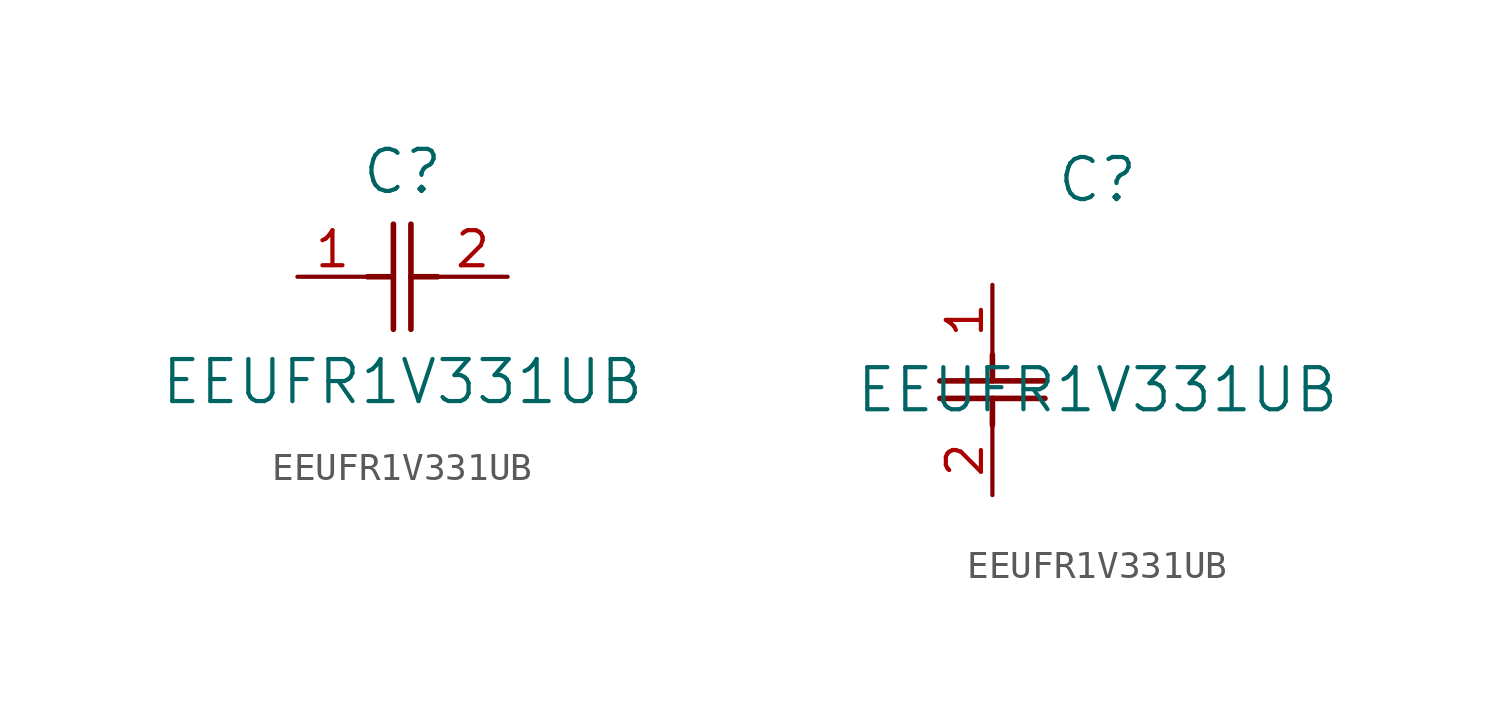
<source format=kicad_sym>
(kicad_symbol_lib
  (version 20211014)
  (generator kicad_symbol_editor)
  (symbol "EEUFR1V331UB"
    (pin_names
      (offset 0.254))
    (property "Reference" "C"
      (at 3.81 3.81 0)
      (effects (font (size 1.524 1.524))))
    (property "Value" "EEUFR1V331UB"
      (at 3.81 -3.81 0)
      (effects (font (size 1.524 1.524))))
    (symbol "EEUFR1V331UB_1_1"
      (polyline (pts (xy 3.48 -1.905) (xy 3.48 1.905)) (stroke (width 0.203) (type default) (color 0 0 0 0)) (fill (type none)))
      (polyline (pts (xy 4.115 -1.905) (xy 4.115 1.905)) (stroke (width 0.203) (type default) (color 0 0 0 0)) (fill (type none)))
      (polyline (pts (xy 4.115 0) (xy 5.08 0)) (stroke (width 0.203) (type default) (color 0 0 0 0)) (fill (type none)))
      (polyline (pts (xy 2.54 0) (xy 3.48 0)) (stroke (width 0.203) (type default) (color 0 0 0 0)) (fill (type none)))
      (pin unspecified line (at 0 0 0) (length 2.54) (name "" (effects (font (size 1.27 1.27)))) (number "1" (effects (font (size 1.27 1.27)))))
      (pin unspecified line (at 7.62 0 180) (length 2.54) (name "" (effects (font (size 1.27 1.27)))) (number "2" (effects (font (size 1.27 1.27))))))
    (symbol "EEUFR1V331UB_1_2"
      (polyline (pts (xy -1.905 -3.48) (xy 1.905 -3.48)) (stroke (width 0.203) (type default) (color 0 0 0 0)) (fill (type none)))
      (polyline (pts (xy -1.905 -4.115) (xy 1.905 -4.115)) (stroke (width 0.203) (type default) (color 0 0 0 0)) (fill (type none)))
      (polyline (pts (xy 0 -4.115) (xy 0 -5.08)) (stroke (width 0.203) (type default) (color 0 0 0 0)) (fill (type none)))
      (polyline (pts (xy 0 -2.54) (xy 0 -3.48)) (stroke (width 0.203) (type default) (color 0 0 0 0)) (fill (type none)))
      (pin unspecified line (at 0 0 270) (length 2.54) (name "" (effects (font (size 1.27 1.27)))) (number "1" (effects (font (size 1.27 1.27)))))
      (pin unspecified line (at 0 -7.62 90) (length 2.54) (name "" (effects (font (size 1.27 1.27)))) (number "2" (effects (font (size 1.27 1.27))))))))
</source>
